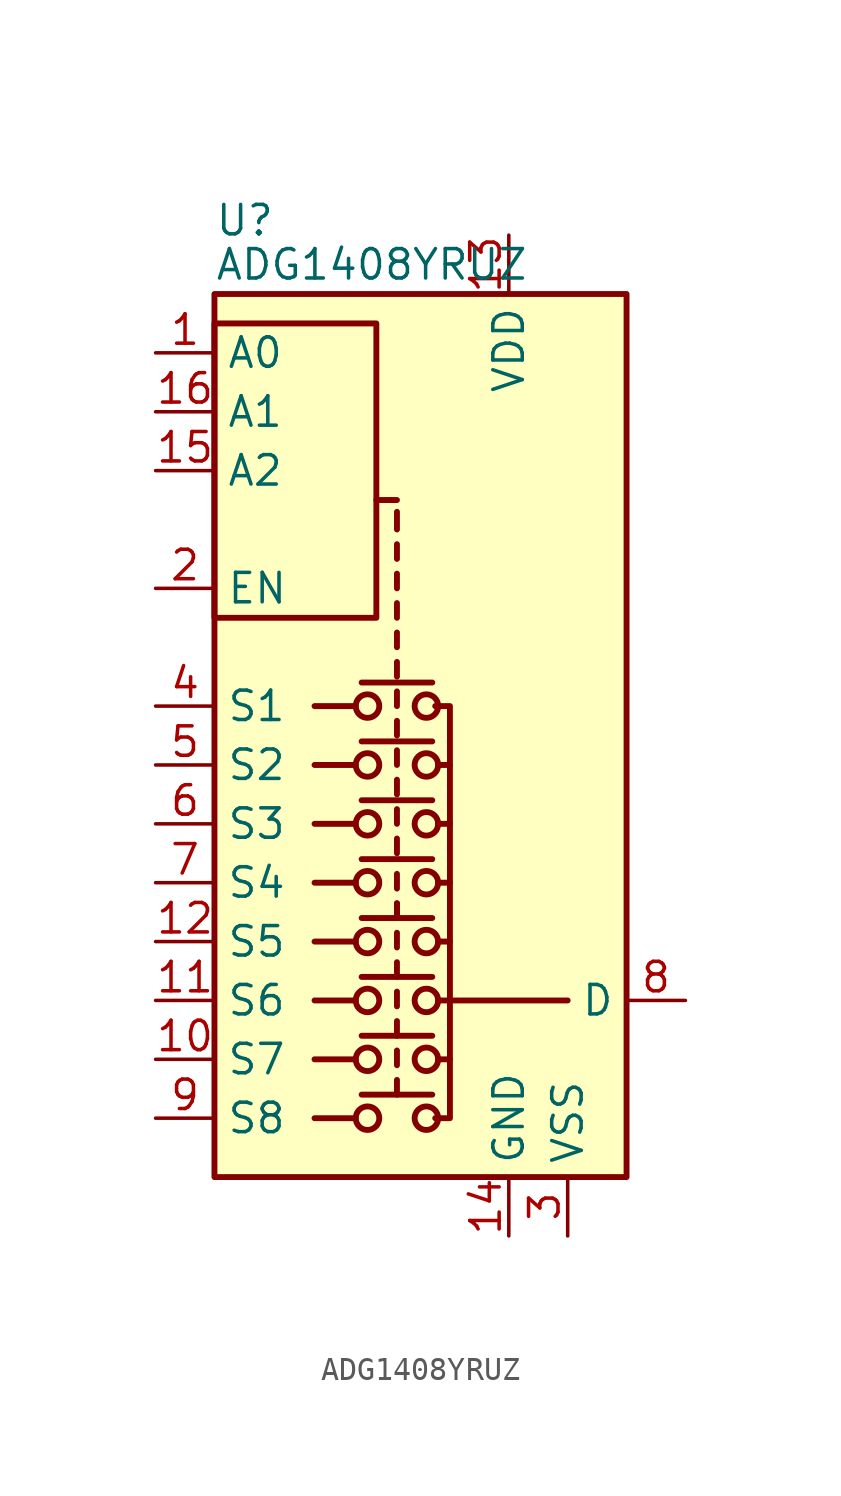
<source format=kicad_sym>
(kicad_symbol_lib
  (version 20211014)
  (generator kicad_symbol_editor)
  (symbol "ADG1408YRUZ"
    (property "Reference" "U"
      (at -7.62 23.495 0)
      (effects (font (size 1.27 1.27)) (justify left)))
    (property "Value" "ADG1408YRUZ"
      (at -7.62 21.59 0)
      (effects (font (size 1.27 1.27)) (justify left)))
    (symbol "ADG1408YRUZ_0_0"
      (pin power_in line (at 5.08 -20.32 90) (length 2.54) (name "GND" (effects (font (size 1.27 1.27)))) (number "14" (effects (font (size 1.27 1.27))))))
    (symbol "ADG1408YRUZ_0_1"
      (rectangle (start -7.62 6.35) (end -0.635 19.05) (stroke (width 0.254) (type default) (color 0 0 0 0)) (fill (type none)))
      (rectangle (start -7.62 20.32) (end 10.16 -17.78) (stroke (width 0.254) (type default) (color 0 0 0 0)) (fill (type background)))
      (circle (center -1.016 -15.24) (radius 0.508) (stroke (width 0.254) (type default) (color 0 0 0 0)) (fill (type none)))
      (circle (center -1.016 -12.7) (radius 0.508) (stroke (width 0.254) (type default) (color 0 0 0 0)) (fill (type none)))
      (circle (center -1.016 -10.16) (radius 0.508) (stroke (width 0.254) (type default) (color 0 0 0 0)) (fill (type none)))
      (circle (center -1.016 -7.62) (radius 0.508) (stroke (width 0.254) (type default) (color 0 0 0 0)) (fill (type none)))
      (circle (center -1.016 -5.08) (radius 0.508) (stroke (width 0.254) (type default) (color 0 0 0 0)) (fill (type none)))
      (circle (center -1.016 -2.54) (radius 0.508) (stroke (width 0.254) (type default) (color 0 0 0 0)) (fill (type none)))
      (circle (center -1.016 0) (radius 0.508) (stroke (width 0.254) (type default) (color 0 0 0 0)) (fill (type none)))
      (circle (center -1.016 2.54) (radius 0.508) (stroke (width 0.254) (type default) (color 0 0 0 0)) (fill (type none)))
      (polyline (pts (xy -1.524 -15.24) (xy -3.302 -15.24)) (stroke (width 0.254) (type default) (color 0 0 0 0)) (fill (type none)))
      (polyline (pts (xy -1.524 -12.7) (xy -3.302 -12.7)) (stroke (width 0.254) (type default) (color 0 0 0 0)) (fill (type none)))
      (polyline (pts (xy -1.524 -10.16) (xy -3.302 -10.16)) (stroke (width 0.254) (type default) (color 0 0 0 0)) (fill (type none)))
      (polyline (pts (xy -1.524 -7.62) (xy -3.302 -7.62)) (stroke (width 0.254) (type default) (color 0 0 0 0)) (fill (type none)))
      (polyline (pts (xy -1.524 -5.08) (xy -3.302 -5.08)) (stroke (width 0.254) (type default) (color 0 0 0 0)) (fill (type none)))
      (polyline (pts (xy -1.524 -2.54) (xy -3.302 -2.54)) (stroke (width 0.254) (type default) (color 0 0 0 0)) (fill (type none)))
      (polyline (pts (xy -1.524 0) (xy -3.302 0)) (stroke (width 0.254) (type default) (color 0 0 0 0)) (fill (type none)))
      (polyline (pts (xy -1.524 2.54) (xy -3.302 2.54)) (stroke (width 0.254) (type default) (color 0 0 0 0)) (fill (type none)))
      (polyline (pts (xy -1.27 -14.224) (xy 1.778 -14.224)) (stroke (width 0.254) (type default) (color 0 0 0 0)) (fill (type none)))
      (polyline (pts (xy -1.27 -11.684) (xy 1.778 -11.684)) (stroke (width 0.254) (type default) (color 0 0 0 0)) (fill (type none)))
      (polyline (pts (xy -1.27 -9.144) (xy 1.778 -9.144)) (stroke (width 0.254) (type default) (color 0 0 0 0)) (fill (type none)))
      (polyline (pts (xy -1.27 -6.604) (xy 1.778 -6.604)) (stroke (width 0.254) (type default) (color 0 0 0 0)) (fill (type none)))
      (polyline (pts (xy -1.27 -4.064) (xy 1.778 -4.064)) (stroke (width 0.254) (type default) (color 0 0 0 0)) (fill (type none)))
      (polyline (pts (xy -1.27 -1.524) (xy 1.778 -1.524)) (stroke (width 0.254) (type default) (color 0 0 0 0)) (fill (type none)))
      (polyline (pts (xy -1.27 1.016) (xy 1.778 1.016)) (stroke (width 0.254) (type default) (color 0 0 0 0)) (fill (type none)))
      (polyline (pts (xy -1.27 3.556) (xy 1.778 3.556)) (stroke (width 0.254) (type default) (color 0 0 0 0)) (fill (type none)))
      (polyline (pts (xy -0.635 11.43) (xy 0 11.43)) (stroke (width 0.254) (type default) (color 0 0 0 0)) (fill (type none)))
      (polyline (pts (xy 0.254 -14.224) (xy 0.254 -13.589)) (stroke (width 0.254) (type default) (color 0 0 0 0)) (fill (type none)))
      (polyline (pts (xy 0.254 -12.954) (xy 0.254 -12.319)) (stroke (width 0.254) (type default) (color 0 0 0 0)) (fill (type none)))
      (polyline (pts (xy 0.254 -11.684) (xy 0.254 -11.049)) (stroke (width 0.254) (type default) (color 0 0 0 0)) (fill (type none)))
      (polyline (pts (xy 0.254 -10.414) (xy 0.254 -9.779)) (stroke (width 0.254) (type default) (color 0 0 0 0)) (fill (type none)))
      (polyline (pts (xy 0.254 -9.144) (xy 0.254 -8.509)) (stroke (width 0.254) (type default) (color 0 0 0 0)) (fill (type none)))
      (polyline (pts (xy 0.254 -7.874) (xy 0.254 -7.239)) (stroke (width 0.254) (type default) (color 0 0 0 0)) (fill (type none)))
      (polyline (pts (xy 0.254 -6.604) (xy 0.254 -5.969)) (stroke (width 0.254) (type default) (color 0 0 0 0)) (fill (type none)))
      (polyline (pts (xy 0.254 -6.604) (xy 0.254 -5.969)) (stroke (width 0.254) (type default) (color 0 0 0 0)) (fill (type none)))
      (polyline (pts (xy 0.254 -5.334) (xy 0.254 -4.699)) (stroke (width 0.254) (type default) (color 0 0 0 0)) (fill (type none)))
      (polyline (pts (xy 0.254 -3.81) (xy 0.254 -3.175)) (stroke (width 0.254) (type default) (color 0 0 0 0)) (fill (type none)))
      (polyline (pts (xy 0.254 -2.54) (xy 0.254 -1.905)) (stroke (width 0.254) (type default) (color 0 0 0 0)) (fill (type none)))
      (polyline (pts (xy 0.254 -1.27) (xy 0.254 -0.635)) (stroke (width 0.254) (type default) (color 0 0 0 0)) (fill (type none)))
      (polyline (pts (xy 0.254 0) (xy 0.254 0.635)) (stroke (width 0.254) (type default) (color 0 0 0 0)) (fill (type none)))
      (polyline (pts (xy 0.254 1.27) (xy 0.254 1.905)) (stroke (width 0.254) (type default) (color 0 0 0 0)) (fill (type none)))
      (polyline (pts (xy 0.254 2.54) (xy 0.254 3.175)) (stroke (width 0.254) (type default) (color 0 0 0 0)) (fill (type none)))
      (polyline (pts (xy 0.254 3.81) (xy 0.254 4.445)) (stroke (width 0.254) (type default) (color 0 0 0 0)) (fill (type none)))
      (polyline (pts (xy 0.254 5.08) (xy 0.254 5.715)) (stroke (width 0.254) (type default) (color 0 0 0 0)) (fill (type none)))
      (polyline (pts (xy 0.254 6.35) (xy 0.254 6.985)) (stroke (width 0.254) (type default) (color 0 0 0 0)) (fill (type none)))
      (polyline (pts (xy 0.254 7.62) (xy 0.254 8.255)) (stroke (width 0.254) (type default) (color 0 0 0 0)) (fill (type none)))
      (polyline (pts (xy 0.254 8.89) (xy 0.254 9.525)) (stroke (width 0.254) (type default) (color 0 0 0 0)) (fill (type none)))
      (polyline (pts (xy 0.254 10.16) (xy 0.254 10.922)) (stroke (width 0.254) (type default) (color 0 0 0 0)) (fill (type none)))
      (polyline (pts (xy 0.254 11.43) (xy 0 11.43)) (stroke (width 0.254) (type default) (color 0 0 0 0)) (fill (type none)))
      (polyline (pts (xy 2.032 -12.7) (xy 2.54 -12.7)) (stroke (width 0.254) (type default) (color 0 0 0 0)) (fill (type none)))
      (polyline (pts (xy 2.032 -10.16) (xy 2.54 -10.16)) (stroke (width 0.254) (type default) (color 0 0 0 0)) (fill (type none)))
      (polyline (pts (xy 2.032 -7.62) (xy 2.54 -7.62)) (stroke (width 0.254) (type default) (color 0 0 0 0)) (fill (type none)))
      (polyline (pts (xy 2.032 -5.08) (xy 2.54 -5.08)) (stroke (width 0.254) (type default) (color 0 0 0 0)) (fill (type none)))
      (polyline (pts (xy 2.032 -2.54) (xy 2.54 -2.54)) (stroke (width 0.254) (type default) (color 0 0 0 0)) (fill (type none)))
      (polyline (pts (xy 2.032 0) (xy 2.54 0)) (stroke (width 0.254) (type default) (color 0 0 0 0)) (fill (type none)))
      (polyline (pts (xy 2.54 -10.16) (xy 7.62 -10.16)) (stroke (width 0.254) (type default) (color 0 0 0 0)) (fill (type none)))
      (polyline (pts (xy 1.905 2.54) (xy 2.54 2.54) (xy 2.54 -15.24) (xy 1.905 -15.24)) (stroke (width 0.254) (type default) (color 0 0 0 0)) (fill (type none)))
      (circle (center 1.524 -15.24) (radius 0.508) (stroke (width 0.254) (type default) (color 0 0 0 0)) (fill (type none)))
      (circle (center 1.524 -12.7) (radius 0.508) (stroke (width 0.254) (type default) (color 0 0 0 0)) (fill (type none)))
      (circle (center 1.524 -10.16) (radius 0.508) (stroke (width 0.254) (type default) (color 0 0 0 0)) (fill (type none)))
      (circle (center 1.524 -7.62) (radius 0.508) (stroke (width 0.254) (type default) (color 0 0 0 0)) (fill (type none)))
      (circle (center 1.524 -5.08) (radius 0.508) (stroke (width 0.254) (type default) (color 0 0 0 0)) (fill (type none)))
      (circle (center 1.524 -2.54) (radius 0.508) (stroke (width 0.254) (type default) (color 0 0 0 0)) (fill (type none)))
      (circle (center 1.524 0) (radius 0.508) (stroke (width 0.254) (type default) (color 0 0 0 0)) (fill (type none)))
      (circle (center 1.524 2.54) (radius 0.508) (stroke (width 0.254) (type default) (color 0 0 0 0)) (fill (type none))))
    (symbol "ADG1408YRUZ_1_1"
      (pin input line (at -10.16 17.78 0) (length 2.54) (name "A0" (effects (font (size 1.27 1.27)))) (number "1" (effects (font (size 1.27 1.27)))))
      (pin bidirectional line (at -10.16 -12.7 0) (length 2.54) (name "S7" (effects (font (size 1.27 1.27)))) (number "10" (effects (font (size 1.27 1.27)))))
      (pin bidirectional line (at -10.16 -10.16 0) (length 2.54) (name "S6" (effects (font (size 1.27 1.27)))) (number "11" (effects (font (size 1.27 1.27)))))
      (pin bidirectional line (at -10.16 -7.62 0) (length 2.54) (name "S5" (effects (font (size 1.27 1.27)))) (number "12" (effects (font (size 1.27 1.27)))))
      (pin power_in line (at 5.08 22.86 270) (length 2.54) (name "VDD" (effects (font (size 1.27 1.27)))) (number "13" (effects (font (size 1.27 1.27)))))
      (pin input line (at -10.16 12.7 0) (length 2.54) (name "A2" (effects (font (size 1.27 1.27)))) (number "15" (effects (font (size 1.27 1.27)))))
      (pin input line (at -10.16 15.24 0) (length 2.54) (name "A1" (effects (font (size 1.27 1.27)))) (number "16" (effects (font (size 1.27 1.27)))))
      (pin input line (at -10.16 7.62 0) (length 2.54) (name "EN" (effects (font (size 1.27 1.27)))) (number "2" (effects (font (size 1.27 1.27)))))
      (pin power_in line (at 7.62 -20.32 90) (length 2.54) (name "VSS" (effects (font (size 1.27 1.27)))) (number "3" (effects (font (size 1.27 1.27)))))
      (pin bidirectional line (at -10.16 2.54 0) (length 2.54) (name "S1" (effects (font (size 1.27 1.27)))) (number "4" (effects (font (size 1.27 1.27)))))
      (pin bidirectional line (at -10.16 0 0) (length 2.54) (name "S2" (effects (font (size 1.27 1.27)))) (number "5" (effects (font (size 1.27 1.27)))))
      (pin bidirectional line (at -10.16 -2.54 0) (length 2.54) (name "S3" (effects (font (size 1.27 1.27)))) (number "6" (effects (font (size 1.27 1.27)))))
      (pin bidirectional line (at -10.16 -5.08 0) (length 2.54) (name "S4" (effects (font (size 1.27 1.27)))) (number "7" (effects (font (size 1.27 1.27)))))
      (pin bidirectional line (at 12.7 -10.16 180) (length 2.54) (name "D" (effects (font (size 1.27 1.27)))) (number "8" (effects (font (size 1.27 1.27)))))
      (pin bidirectional line (at -10.16 -15.24 0) (length 2.54) (name "S8" (effects (font (size 1.27 1.27)))) (number "9" (effects (font (size 1.27 1.27))))))))
</source>
